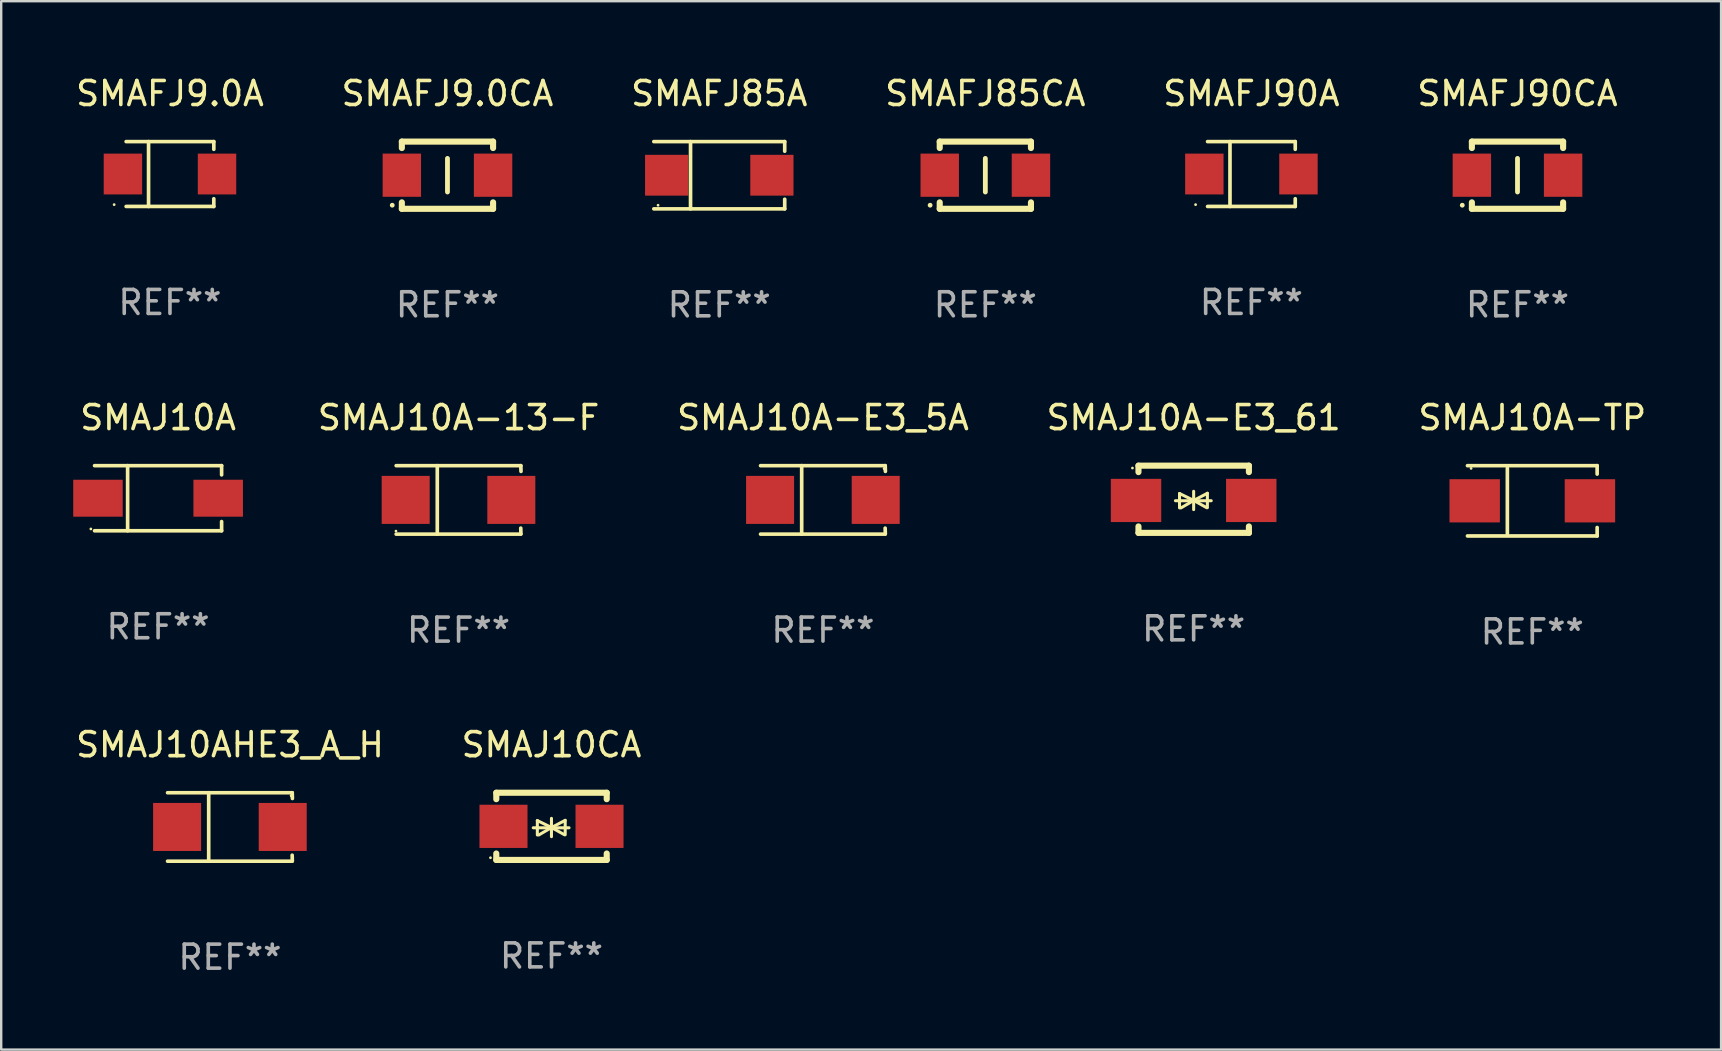
<source format=kicad_pcb>
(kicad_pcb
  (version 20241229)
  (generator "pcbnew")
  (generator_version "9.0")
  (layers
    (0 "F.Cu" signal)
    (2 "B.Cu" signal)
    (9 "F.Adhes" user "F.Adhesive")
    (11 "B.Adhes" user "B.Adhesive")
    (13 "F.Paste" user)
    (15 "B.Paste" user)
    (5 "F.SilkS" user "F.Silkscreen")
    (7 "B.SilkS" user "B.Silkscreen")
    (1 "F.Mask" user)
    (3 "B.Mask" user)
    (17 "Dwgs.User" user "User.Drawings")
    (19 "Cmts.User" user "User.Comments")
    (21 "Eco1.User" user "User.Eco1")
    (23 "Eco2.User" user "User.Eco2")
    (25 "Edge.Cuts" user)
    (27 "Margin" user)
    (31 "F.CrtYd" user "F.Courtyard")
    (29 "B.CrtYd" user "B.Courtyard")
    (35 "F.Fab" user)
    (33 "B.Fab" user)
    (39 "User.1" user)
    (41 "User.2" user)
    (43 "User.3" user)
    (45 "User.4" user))
  (footprint "SMAJ10CA"
    (layer "F.Cu")
    (at 19.923 31.371)
    (property "Reference" "SMAJ10CA" (at 0 -3.4 0) (layer "F.SilkS") (effects (font (size 1 1) (thickness 0.15))))
    (attr through_hole)
    (fp_line (start -2.3 -1.4) (end -2.3 -1.131) (stroke (width 0.254) (type solid)) (layer "F.SilkS"))
    (fp_line (start -2.3 -1.4) (end 2.3 -1.4) (stroke (width 0.254) (type solid)) (layer "F.SilkS"))
    (fp_line (start -2.3 1.131) (end -2.3 1.4) (stroke (width 0.254) (type solid)) (layer "F.SilkS"))
    (fp_line (start -2.3 1.4) (end 2.3 1.4) (stroke (width 0.254) (type solid)) (layer "F.SilkS"))
    (fp_line (start -0.76 0.06) (end 0.73 0.06) (stroke (width 0.127) (type solid)) (layer "F.SilkS"))
    (fp_line (start -0.59 -0.24) (end -0.59 0.36) (stroke (width 0.127) (type solid)) (layer "F.SilkS"))
    (fp_line (start -0.59 -0.24) (end -0.002 0.049) (stroke (width 0.127) (type solid)) (layer "F.SilkS"))
    (fp_line (start -0.53 0.36) (end -0.002 0.049) (stroke (width 0.127) (type solid)) (layer "F.SilkS"))
    (fp_line (start -0.002 0.049) (end -0.002 -0.332) (stroke (width 0.127) (type solid)) (layer "F.SilkS"))
    (fp_line (start -0.002 0.049) (end -0.002 0.43) (stroke (width 0.127) (type solid)) (layer "F.SilkS"))
    (fp_line (start 0.54 0.35) (end -0.002 0.049) (stroke (width 0.127) (type solid)) (layer "F.SilkS"))
    (fp_line (start 0.57 -0.25) (end -0.002 0.049) (stroke (width 0.127) (type solid)) (layer "F.SilkS"))
    (fp_line (start 0.57 -0.25) (end 0.57 0.35) (stroke (width 0.127) (type solid)) (layer "F.SilkS"))
    (fp_line (start 2.3 -1.4) (end 2.3 -1.131) (stroke (width 0.254) (type solid)) (layer "F.SilkS"))
    (fp_line (start 2.3 1.131) (end 2.3 1.4) (stroke (width 0.254) (type solid)) (layer "F.SilkS"))
    (fp_circle (center -2.542 1.308) (end -2.512 1.308) (stroke (width 0.06) (type solid)) (fill no) (layer "F.SilkS"))
    (fp_text user "REF**" (at 0 5.4 0) (layer "F.Fab") (effects (font (size 1 1) (thickness 0.15))))
    (pad "1" smd rect (at -2 0) (size 2 1.8) (layers "F.Cu" "F.Mask" "F.Paste"))
    (pad "2" smd rect (at 2 0) (size 2 1.8) (layers "F.Cu" "F.Mask" "F.Paste")))
  (footprint "SMAFJ90CA"
    (layer "F.Cu")
    (at 60.161 4.248)
    (property "Reference" "SMAFJ90CA" (at 0 -3.4 0) (layer "F.SilkS") (effects (font (size 1 1) (thickness 0.15))))
    (attr through_hole)
    (fp_line (start -1.9 -1.4) (end -1.9 -1.131) (stroke (width 0.254) (type solid)) (layer "F.SilkS"))
    (fp_line (start -1.9 -1.4) (end 1.9 -1.4) (stroke (width 0.254) (type solid)) (layer "F.SilkS"))
    (fp_line (start -1.9 1.131) (end -1.9 1.4) (stroke (width 0.254) (type solid)) (layer "F.SilkS"))
    (fp_line (start -1.9 1.4) (end 1.9 1.4) (stroke (width 0.254) (type solid)) (layer "F.SilkS"))
    (fp_line (start 0 -0.7) (end 0 0.7) (stroke (width 0.2) (type solid)) (layer "F.SilkS"))
    (fp_line (start 1.9 -1.4) (end 1.9 -1.131) (stroke (width 0.254) (type solid)) (layer "F.SilkS"))
    (fp_line (start 1.9 1.131) (end 1.9 1.4) (stroke (width 0.254) (type solid)) (layer "F.SilkS"))
    (fp_circle (center -2.3 1.25) (end -2.25 1.25) (stroke (width 0.1) (type solid)) (fill no) (layer "F.SilkS"))
    (fp_text user "REF**" (at 0 5.4 0) (layer "F.Fab") (effects (font (size 1 1) (thickness 0.15))))
    (pad "1" smd rect (at -1.9 0 180) (size 1.6 1.8) (layers "F.Cu" "F.Mask" "F.Paste"))
    (pad "2" smd rect (at 1.9 0 180) (size 1.6 1.8) (layers "F.Cu" "F.Mask" "F.Paste")))
  (footprint "SMAFJ85A"
    (layer "F.Cu")
    (at 26.911 4.249)
    (property "Reference" "SMAFJ85A" (at 0 -3.401 0) (layer "F.SilkS") (effects (font (size 1 1) (thickness 0.15))))
    (attr through_hole)
    (fp_line (start -2.726 -1.401) (end 2.726 -1.401) (stroke (width 0.152) (type solid)) (layer "F.SilkS"))
    (fp_line (start -2.726 1.401) (end 2.726 1.401) (stroke (width 0.152) (type solid)) (layer "F.SilkS"))
    (fp_line (start -1.197 -1.401) (end -1.197 1.401) (stroke (width 0.152) (type solid)) (layer "F.SilkS"))
    (fp_line (start 2.726 -1.401) (end 2.726 -1) (stroke (width 0.152) (type solid)) (layer "F.SilkS"))
    (fp_line (start 2.726 1.401) (end 2.726 1) (stroke (width 0.152) (type solid)) (layer "F.SilkS"))
    (fp_circle (center -2.55 1.25) (end -2.52 1.25) (stroke (width 0.06) (type solid)) (fill no) (layer "F.SilkS"))
    (fp_text user "REF**" (at 0 5.401 0) (layer "F.Fab") (effects (font (size 1 1) (thickness 0.15))))
    (pad "1" smd rect (at -2.192 0) (size 1.8 1.7) (layers "F.Cu" "F.Mask" "F.Paste"))
    (pad "2" smd rect (at 2.192 0) (size 1.8 1.7) (layers "F.Cu" "F.Mask" "F.Paste")))
  (footprint "SMAJ10AHE3_A_H"
    (layer "F.Cu")
    (at 6.53 31.397)
    (property "Reference" "SMAJ10AHE3_A_H" (at 0 -3.426 0) (layer "F.SilkS") (effects (font (size 1 1) (thickness 0.15))))
    (attr through_hole)
    (fp_line (start -2.6 -1.426) (end 2.593 -1.426) (stroke (width 0.152) (type solid)) (layer "F.SilkS"))
    (fp_line (start -2.6 1.426) (end 2.593 1.426) (stroke (width 0.152) (type solid)) (layer "F.SilkS"))
    (fp_line (start -0.887 -1.426) (end -0.887 1.426) (stroke (width 0.152) (type solid)) (layer "F.SilkS"))
    (fp_line (start 2.59 1.176) (end 2.597 1.415) (stroke (width 0.152) (type solid)) (layer "F.SilkS"))
    (fp_line (start 2.593 -1.426) (end 2.6 -1.187) (stroke (width 0.152) (type solid)) (layer "F.SilkS"))
    (fp_circle (center 2.547 -1.3) (end 2.577 -1.3) (stroke (width 0.06) (type solid)) (fill no) (layer "F.SilkS"))
    (fp_text user "REF**" (at 0 5.426 0) (layer "F.Fab") (effects (font (size 1 1) (thickness 0.15))))
    (pad "1" smd rect (at 2.197 -0.000025 180) (size 2 2) (layers "F.Cu" "F.Mask" "F.Paste"))
    (pad "2" smd rect (at -2.203 -0.000025 180) (size 2 2) (layers "F.Cu" "F.Mask" "F.Paste")))
  (footprint "SMAFJ9.0CA"
    (layer "F.Cu")
    (at 15.589 4.248)
    (property "Reference" "SMAFJ9.0CA" (at 0 -3.4 0) (layer "F.SilkS") (effects (font (size 1 1) (thickness 0.15))))
    (attr through_hole)
    (fp_line (start -1.9 -1.4) (end -1.9 -1.131) (stroke (width 0.254) (type solid)) (layer "F.SilkS"))
    (fp_line (start -1.9 -1.4) (end 1.9 -1.4) (stroke (width 0.254) (type solid)) (layer "F.SilkS"))
    (fp_line (start -1.9 1.131) (end -1.9 1.4) (stroke (width 0.254) (type solid)) (layer "F.SilkS"))
    (fp_line (start -1.9 1.4) (end 1.9 1.4) (stroke (width 0.254) (type solid)) (layer "F.SilkS"))
    (fp_line (start 0 -0.7) (end 0 0.7) (stroke (width 0.2) (type solid)) (layer "F.SilkS"))
    (fp_line (start 1.9 -1.4) (end 1.9 -1.131) (stroke (width 0.254) (type solid)) (layer "F.SilkS"))
    (fp_line (start 1.9 1.131) (end 1.9 1.4) (stroke (width 0.254) (type solid)) (layer "F.SilkS"))
    (fp_circle (center -2.3 1.25) (end -2.25 1.25) (stroke (width 0.1) (type solid)) (fill no) (layer "F.SilkS"))
    (fp_text user "REF**" (at 0 5.4 0) (layer "F.Fab") (effects (font (size 1 1) (thickness 0.15))))
    (pad "1" smd rect (at -1.9 0 180) (size 1.6 1.8) (layers "F.Cu" "F.Mask" "F.Paste"))
    (pad "2" smd rect (at 1.9 0 180) (size 1.6 1.8) (layers "F.Cu" "F.Mask" "F.Paste")))
  (footprint "SMAFJ9.0A"
    (layer "F.Cu")
    (at 4.03 4.199)
    (property "Reference" "SMAFJ9.0A" (at 0 -3.351 0) (layer "F.SilkS") (effects (font (size 1 1) (thickness 0.15))))
    (attr through_hole)
    (fp_line (start -1.826 -1.351) (end 1.826 -1.351) (stroke (width 0.152) (type solid)) (layer "F.SilkS"))
    (fp_line (start -1.826 1.351) (end 1.826 1.351) (stroke (width 0.152) (type solid)) (layer "F.SilkS"))
    (fp_line (start -0.892 -1.351) (end -0.892 1.351) (stroke (width 0.152) (type solid)) (layer "F.SilkS"))
    (fp_line (start 1.826 -1.351) (end 1.826 -1.03) (stroke (width 0.152) (type solid)) (layer "F.SilkS"))
    (fp_line (start 1.826 1.03) (end 1.826 1.351) (stroke (width 0.152) (type solid)) (layer "F.SilkS"))
    (fp_circle (center -2.325 1.275) (end -2.295 1.275) (stroke (width 0.06) (type solid)) (fill no) (layer "F.SilkS"))
    (fp_text user "REF**" (at 0 5.351 0) (layer "F.Fab") (effects (font (size 1 1) (thickness 0.15))))
    (pad "1" smd rect (at -1.96 0 180) (size 1.6 1.7) (layers "F.Cu" "F.Mask" "F.Paste"))
    (pad "2" smd rect (at 1.96 0 180) (size 1.6 1.7) (layers "F.Cu" "F.Mask" "F.Paste")))
  (footprint "SMAFJ85CA"
    (layer "F.Cu")
    (at 37.994 4.248)
    (property "Reference" "SMAFJ85CA" (at 0 -3.4 0) (layer "F.SilkS") (effects (font (size 1 1) (thickness 0.15))))
    (attr through_hole)
    (fp_line (start -1.9 -1.4) (end -1.9 -1.131) (stroke (width 0.254) (type solid)) (layer "F.SilkS"))
    (fp_line (start -1.9 -1.4) (end 1.9 -1.4) (stroke (width 0.254) (type solid)) (layer "F.SilkS"))
    (fp_line (start -1.9 1.131) (end -1.9 1.4) (stroke (width 0.254) (type solid)) (layer "F.SilkS"))
    (fp_line (start -1.9 1.4) (end 1.9 1.4) (stroke (width 0.254) (type solid)) (layer "F.SilkS"))
    (fp_line (start 0 -0.7) (end 0 0.7) (stroke (width 0.2) (type solid)) (layer "F.SilkS"))
    (fp_line (start 1.9 -1.4) (end 1.9 -1.131) (stroke (width 0.254) (type solid)) (layer "F.SilkS"))
    (fp_line (start 1.9 1.131) (end 1.9 1.4) (stroke (width 0.254) (type solid)) (layer "F.SilkS"))
    (fp_circle (center -2.3 1.25) (end -2.25 1.25) (stroke (width 0.1) (type solid)) (fill no) (layer "F.SilkS"))
    (fp_text user "REF**" (at 0 5.4 0) (layer "F.Fab") (effects (font (size 1 1) (thickness 0.15))))
    (pad "1" smd rect (at -1.9 0 180) (size 1.6 1.8) (layers "F.Cu" "F.Mask" "F.Paste"))
    (pad "2" smd rect (at 1.9 0 180) (size 1.6 1.8) (layers "F.Cu" "F.Mask" "F.Paste")))
  (footprint "SMAJ10A-E3_5A"
    (layer "F.Cu")
    (at 31.231 17.773)
    (property "Reference" "SMAJ10A-E3_5A" (at 0 -3.426 0) (layer "F.SilkS") (effects (font (size 1 1) (thickness 0.15))))
    (attr through_hole)
    (fp_line (start -2.6 -1.426) (end 2.593 -1.426) (stroke (width 0.152) (type solid)) (layer "F.SilkS"))
    (fp_line (start -2.6 1.426) (end 2.593 1.426) (stroke (width 0.152) (type solid)) (layer "F.SilkS"))
    (fp_line (start -0.887 -1.426) (end -0.887 1.426) (stroke (width 0.152) (type solid)) (layer "F.SilkS"))
    (fp_line (start 2.59 1.176) (end 2.597 1.415) (stroke (width 0.152) (type solid)) (layer "F.SilkS"))
    (fp_line (start 2.593 -1.426) (end 2.6 -1.187) (stroke (width 0.152) (type solid)) (layer "F.SilkS"))
    (fp_circle (center 2.547 -1.3) (end 2.577 -1.3) (stroke (width 0.06) (type solid)) (fill no) (layer "F.SilkS"))
    (fp_text user "REF**" (at 0 5.426 0) (layer "F.Fab") (effects (font (size 1 1) (thickness 0.15))))
    (pad "1" smd rect (at 2.197 -0.000025 180) (size 2 2) (layers "F.Cu" "F.Mask" "F.Paste"))
    (pad "2" smd rect (at -2.203 -0.000025 180) (size 2 2) (layers "F.Cu" "F.Mask" "F.Paste")))
  (footprint "SMAJ10A-TP"
    (layer "F.Cu")
    (at 60.778 17.811)
    (property "Reference" "SMAJ10A-TP" (at 0 -3.464 0) (layer "F.SilkS") (effects (font (size 1 1) (thickness 0.15))))
    (attr through_hole)
    (fp_line (start -2.701 -1.464) (end 2.701 -1.464) (stroke (width 0.152) (type solid)) (layer "F.SilkS"))
    (fp_line (start -2.701 1.464) (end 2.701 1.464) (stroke (width 0.152) (type solid)) (layer "F.SilkS"))
    (fp_line (start -1.039 -1.364) (end -1.039 1.364) (stroke (width 0.152) (type solid)) (layer "F.SilkS"))
    (fp_line (start 2.701 -1.464) (end 2.701 -1.113) (stroke (width 0.152) (type solid)) (layer "F.SilkS"))
    (fp_line (start 2.701 1.464) (end 2.701 1.113) (stroke (width 0.152) (type solid)) (layer "F.SilkS"))
    (fp_circle (center -2.55 -1.35) (end -2.52 -1.35) (stroke (width 0.06) (type solid)) (fill no) (layer "F.SilkS"))
    (fp_text user "REF**" (at 0 5.464 0) (layer "F.Fab") (effects (font (size 1 1) (thickness 0.15))))
    (pad "1" smd rect (at -2.4 0) (size 2.1 1.8) (layers "F.Cu" "F.Mask" "F.Paste"))
    (pad "2" smd rect (at 2.4 0) (size 2.1 1.8) (layers "F.Cu" "F.Mask" "F.Paste")))
  (footprint "SMAJ10A"
    (layer "F.Cu")
    (at 3.535 17.703)
    (property "Reference" "SMAJ10A" (at 0 -3.356 0) (layer "F.SilkS") (effects (font (size 1 1) (thickness 0.15))))
    (attr through_hole)
    (fp_line (start -2.646 -1.356) (end 2.646 -1.356) (stroke (width 0.152) (type solid)) (layer "F.SilkS"))
    (fp_line (start -2.646 1.356) (end 2.646 1.356) (stroke (width 0.152) (type solid)) (layer "F.SilkS"))
    (fp_line (start -1.269 -1.356) (end -1.269 1.356) (stroke (width 0.152) (type solid)) (layer "F.SilkS"))
    (fp_line (start 2.646 -1.356) (end 2.646 -0.973) (stroke (width 0.152) (type solid)) (layer "F.SilkS"))
    (fp_line (start 2.646 1.356) (end 2.646 0.973) (stroke (width 0.152) (type solid)) (layer "F.SilkS"))
    (fp_circle (center -2.8 1.28) (end -2.77 1.28) (stroke (width 0.06) (type solid)) (fill no) (layer "F.SilkS"))
    (fp_text user "REF**" (at 0 5.356 0) (layer "F.Fab") (effects (font (size 1 1) (thickness 0.15))))
    (pad "1" smd rect (at 2.504 0) (size 2.063 1.539) (layers "F.Cu" "F.Mask" "F.Paste"))
    (pad "2" smd rect (at -2.504 0) (size 2.063 1.539) (layers "F.Cu" "F.Mask" "F.Paste")))
  (footprint "SMAJ10A-E3_61"
    (layer "F.Cu")
    (at 46.671 17.747)
    (property "Reference" "SMAJ10A-E3_61" (at 0 -3.4 0) (layer "F.SilkS") (effects (font (size 1 1) (thickness 0.15))))
    (attr through_hole)
    (fp_line (start -2.298 -1.4) (end -2.298 -1.131) (stroke (width 0.254) (type solid)) (layer "F.SilkS"))
    (fp_line (start -2.298 -1.4) (end 2.302 -1.4) (stroke (width 0.254) (type solid)) (layer "F.SilkS"))
    (fp_line (start -2.298 1.131) (end -2.298 1.4) (stroke (width 0.254) (type solid)) (layer "F.SilkS"))
    (fp_line (start -2.298 1.4) (end 2.302 1.4) (stroke (width 0.254) (type solid)) (layer "F.SilkS"))
    (fp_line (start -0.758 0.06) (end 0.732 0.06) (stroke (width 0.127) (type solid)) (layer "F.SilkS"))
    (fp_line (start -0.588 -0.24) (end -0.588 0.36) (stroke (width 0.127) (type solid)) (layer "F.SilkS"))
    (fp_line (start -0.588 -0.24) (end 0.000025 0.049) (stroke (width 0.127) (type solid)) (layer "F.SilkS"))
    (fp_line (start -0.528 0.36) (end 0.000025 0.049) (stroke (width 0.127) (type solid)) (layer "F.SilkS"))
    (fp_line (start 0.000025 0.049) (end 0.000025 -0.332) (stroke (width 0.127) (type solid)) (layer "F.SilkS"))
    (fp_line (start 0.000025 0.049) (end 0.000025 0.43) (stroke (width 0.127) (type solid)) (layer "F.SilkS"))
    (fp_line (start 0.542 0.35) (end 0.000025 0.049) (stroke (width 0.127) (type solid)) (layer "F.SilkS"))
    (fp_line (start 0.572 -0.25) (end 0.000025 0.049) (stroke (width 0.127) (type solid)) (layer "F.SilkS"))
    (fp_line (start 0.572 -0.25) (end 0.572 0.35) (stroke (width 0.127) (type solid)) (layer "F.SilkS"))
    (fp_line (start 2.302 -1.4) (end 2.302 -1.131) (stroke (width 0.254) (type solid)) (layer "F.SilkS"))
    (fp_line (start 2.302 1.131) (end 2.302 1.4) (stroke (width 0.254) (type solid)) (layer "F.SilkS"))
    (fp_circle (center -2.549 -1.301) (end -2.519 -1.301) (stroke (width 0.06) (type solid)) (fill no) (layer "F.SilkS"))
    (fp_text user "REF**" (at 0 5.4 0) (layer "F.Fab") (effects (font (size 1 1) (thickness 0.15))))
    (pad "1" smd rect (at -2.4 0.049) (size 2.1 1.8) (layers "F.Cu" "F.Mask" "F.Paste"))
    (pad "2" smd rect (at 2.4 0.049) (size 2.1 1.8) (layers "F.Cu" "F.Mask" "F.Paste")))
  (footprint "SMAJ10A-13-F"
    (layer "F.Cu")
    (at 16.052 17.773)
    (property "Reference" "SMAJ10A-13-F" (at 0 -3.426 0) (layer "F.SilkS") (effects (font (size 1 1) (thickness 0.15))))
    (attr through_hole)
    (fp_line (start -2.6 -1.426) (end 2.593 -1.426) (stroke (width 0.152) (type solid)) (layer "F.SilkS"))
    (fp_line (start -2.6 1.426) (end 2.593 1.426) (stroke (width 0.152) (type solid)) (layer "F.SilkS"))
    (fp_line (start -0.887 -1.426) (end -0.887 1.426) (stroke (width 0.152) (type solid)) (layer "F.SilkS"))
    (fp_line (start 2.59 1.176) (end 2.597 1.415) (stroke (width 0.152) (type solid)) (layer "F.SilkS"))
    (fp_line (start 2.593 -1.426) (end 2.6 -1.187) (stroke (width 0.152) (type solid)) (layer "F.SilkS"))
    (fp_circle (center -2.608 1.3) (end -2.578 1.3) (stroke (width 0.06) (type solid)) (fill no) (layer "F.SilkS"))
    (fp_text user "REF**" (at 0 5.426 0) (layer "F.Fab") (effects (font (size 1 1) (thickness 0.15))))
    (pad "1" smd rect (at -2.203 0 180) (size 2 2) (layers "F.Cu" "F.Mask" "F.Paste"))
    (pad "2" smd rect (at 2.197 0 180) (size 2 2) (layers "F.Cu" "F.Mask" "F.Paste")))
  (footprint "SMAFJ90A"
    (layer "F.Cu")
    (at 49.077 4.199)
    (property "Reference" "SMAFJ90A" (at 0 -3.351 0) (layer "F.SilkS") (effects (font (size 1 1) (thickness 0.15))))
    (attr through_hole)
    (fp_line (start -1.826 -1.351) (end 1.826 -1.351) (stroke (width 0.152) (type solid)) (layer "F.SilkS"))
    (fp_line (start -1.826 1.351) (end 1.826 1.351) (stroke (width 0.152) (type solid)) (layer "F.SilkS"))
    (fp_line (start -0.892 -1.351) (end -0.892 1.351) (stroke (width 0.152) (type solid)) (layer "F.SilkS"))
    (fp_line (start 1.826 -1.351) (end 1.826 -1.03) (stroke (width 0.152) (type solid)) (layer "F.SilkS"))
    (fp_line (start 1.826 1.03) (end 1.826 1.351) (stroke (width 0.152) (type solid)) (layer "F.SilkS"))
    (fp_circle (center -2.325 1.275) (end -2.295 1.275) (stroke (width 0.06) (type solid)) (fill no) (layer "F.SilkS"))
    (fp_text user "REF**" (at 0 5.351 0) (layer "F.Fab") (effects (font (size 1 1) (thickness 0.15))))
    (pad "1" smd rect (at -1.96 0 180) (size 1.6 1.7) (layers "F.Cu" "F.Mask" "F.Paste"))
    (pad "2" smd rect (at 1.96 0 180) (size 1.6 1.7) (layers "F.Cu" "F.Mask" "F.Paste")))
  (gr_rect
    (start -3 -3)
    (end 68.641 40.672)
    (stroke (width 0.1) (type default))
    (fill no)
    (layer "Edge.Cuts")))
</source>
